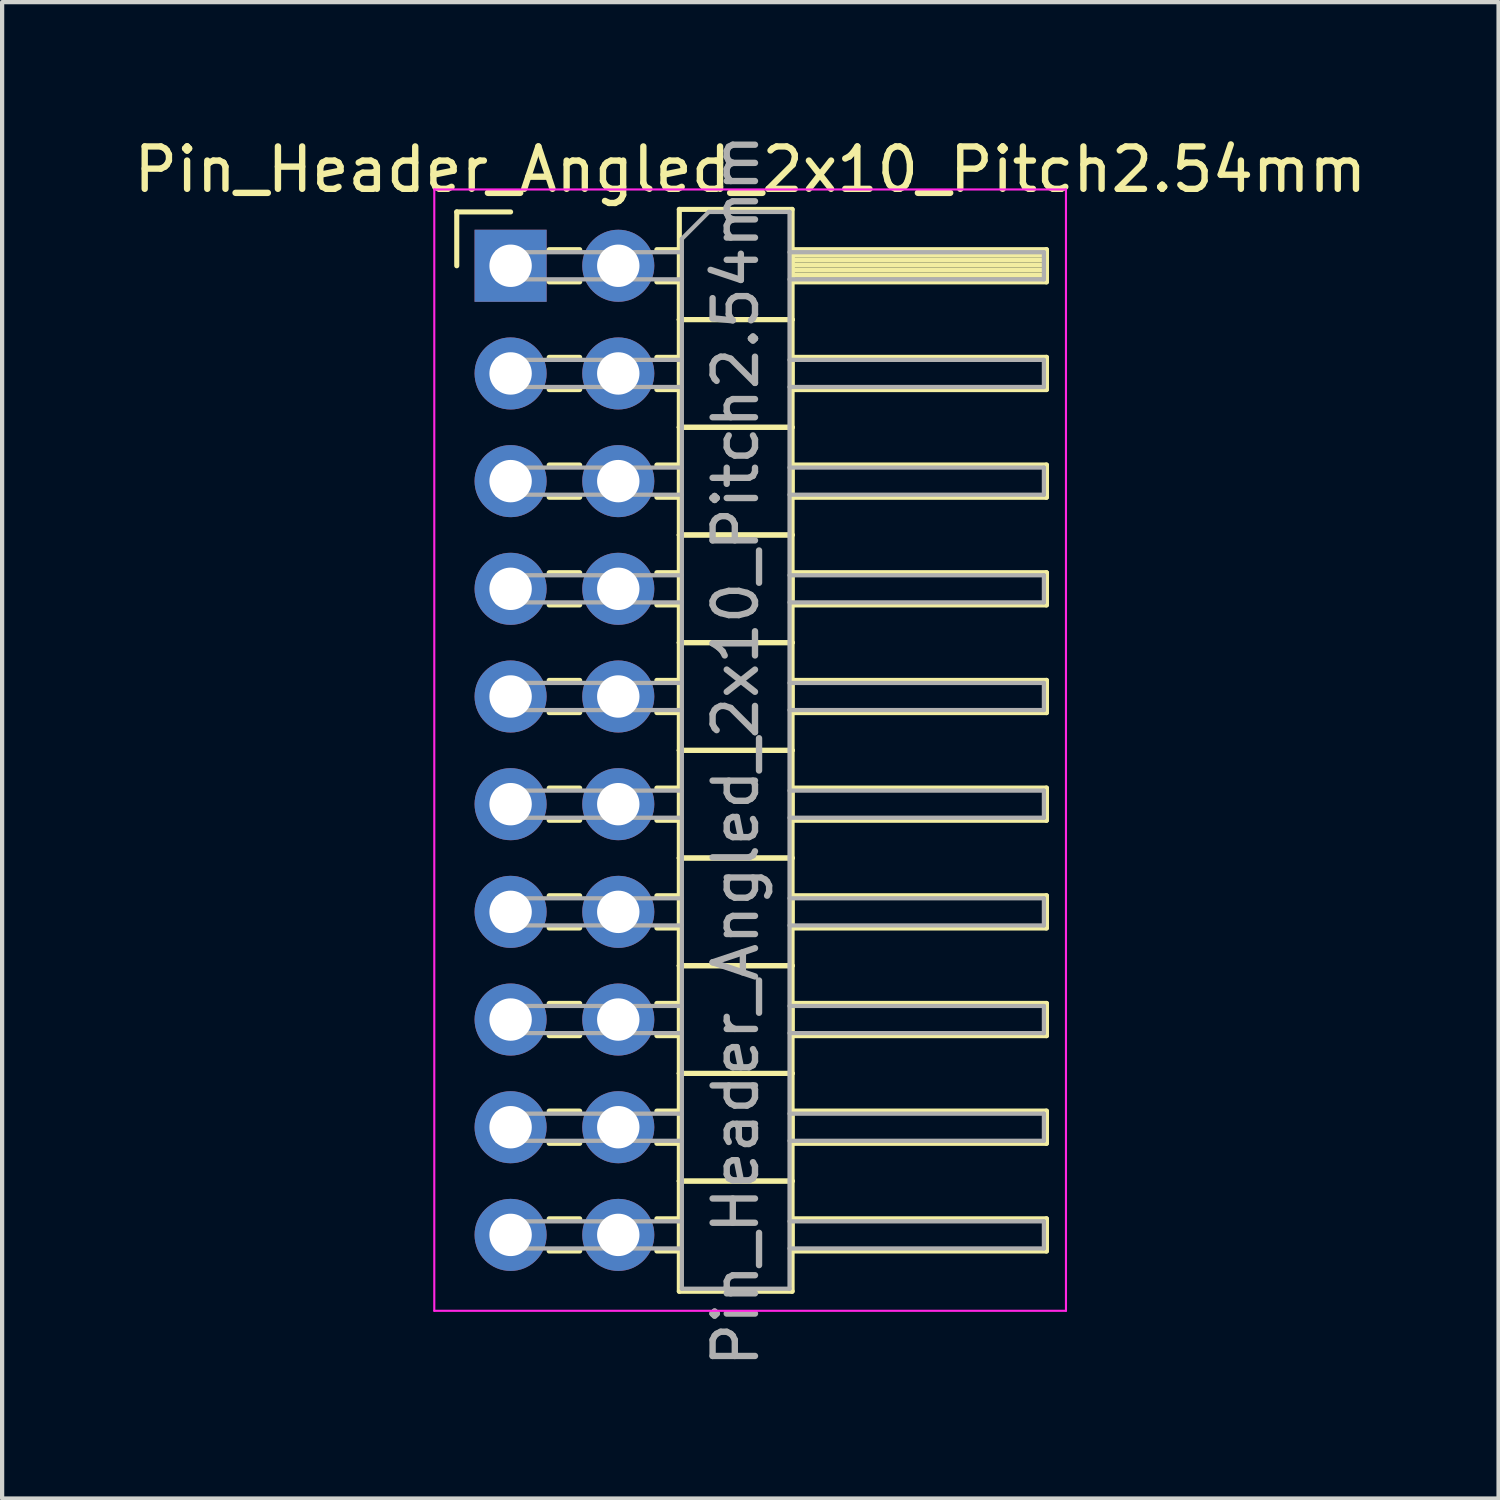
<source format=kicad_pcb>
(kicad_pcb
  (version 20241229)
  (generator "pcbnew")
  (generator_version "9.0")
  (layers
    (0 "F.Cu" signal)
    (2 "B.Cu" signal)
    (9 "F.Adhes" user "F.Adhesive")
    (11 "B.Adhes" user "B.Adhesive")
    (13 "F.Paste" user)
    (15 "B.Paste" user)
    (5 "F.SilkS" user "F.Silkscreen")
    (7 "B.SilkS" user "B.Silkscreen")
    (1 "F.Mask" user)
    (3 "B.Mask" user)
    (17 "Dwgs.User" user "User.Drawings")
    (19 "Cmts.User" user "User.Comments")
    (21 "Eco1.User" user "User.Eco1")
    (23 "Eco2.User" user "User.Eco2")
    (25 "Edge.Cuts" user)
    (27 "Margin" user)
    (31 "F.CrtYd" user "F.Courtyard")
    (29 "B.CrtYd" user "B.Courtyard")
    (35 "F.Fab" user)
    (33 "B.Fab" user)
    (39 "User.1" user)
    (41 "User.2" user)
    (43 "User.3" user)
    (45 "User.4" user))
  (footprint "Pin_Header_Angled_2x10_Pitch2.54mm"
    (layer "F.Cu")
    (at 8.994 3.219)
    (property "Reference" "Pin_Header_Angled_2x10_Pitch2.54mm" (at 5.655 -2.27 0) (layer "F.SilkS") (effects (font (size 1 1) (thickness 0.15))))
    (attr through_hole)
    (fp_line (start -1.27 -1.27) (end 0 -1.27) (stroke (width 0.12) (type solid)) (layer "F.SilkS"))
    (fp_line (start -1.27 0) (end -1.27 -1.27) (stroke (width 0.12) (type solid)) (layer "F.SilkS"))
    (fp_line (start 0.91 -0.38) (end 1.63 -0.38) (stroke (width 0.12) (type solid)) (layer "F.SilkS"))
    (fp_line (start 0.91 0.38) (end 1.63 0.38) (stroke (width 0.12) (type solid)) (layer "F.SilkS"))
    (fp_line (start 0.91 2.16) (end 1.63 2.16) (stroke (width 0.12) (type solid)) (layer "F.SilkS"))
    (fp_line (start 0.91 2.92) (end 1.63 2.92) (stroke (width 0.12) (type solid)) (layer "F.SilkS"))
    (fp_line (start 0.91 4.7) (end 1.63 4.7) (stroke (width 0.12) (type solid)) (layer "F.SilkS"))
    (fp_line (start 0.91 5.46) (end 1.63 5.46) (stroke (width 0.12) (type solid)) (layer "F.SilkS"))
    (fp_line (start 0.91 7.24) (end 1.63 7.24) (stroke (width 0.12) (type solid)) (layer "F.SilkS"))
    (fp_line (start 0.91 8) (end 1.63 8) (stroke (width 0.12) (type solid)) (layer "F.SilkS"))
    (fp_line (start 0.91 9.78) (end 1.63 9.78) (stroke (width 0.12) (type solid)) (layer "F.SilkS"))
    (fp_line (start 0.91 10.54) (end 1.63 10.54) (stroke (width 0.12) (type solid)) (layer "F.SilkS"))
    (fp_line (start 0.91 12.32) (end 1.63 12.32) (stroke (width 0.12) (type solid)) (layer "F.SilkS"))
    (fp_line (start 0.91 13.08) (end 1.63 13.08) (stroke (width 0.12) (type solid)) (layer "F.SilkS"))
    (fp_line (start 0.91 14.86) (end 1.63 14.86) (stroke (width 0.12) (type solid)) (layer "F.SilkS"))
    (fp_line (start 0.91 15.62) (end 1.63 15.62) (stroke (width 0.12) (type solid)) (layer "F.SilkS"))
    (fp_line (start 0.91 17.4) (end 1.63 17.4) (stroke (width 0.12) (type solid)) (layer "F.SilkS"))
    (fp_line (start 0.91 18.16) (end 1.63 18.16) (stroke (width 0.12) (type solid)) (layer "F.SilkS"))
    (fp_line (start 0.91 19.94) (end 1.63 19.94) (stroke (width 0.12) (type solid)) (layer "F.SilkS"))
    (fp_line (start 0.91 20.7) (end 1.63 20.7) (stroke (width 0.12) (type solid)) (layer "F.SilkS"))
    (fp_line (start 0.91 22.48) (end 1.63 22.48) (stroke (width 0.12) (type solid)) (layer "F.SilkS"))
    (fp_line (start 0.91 23.24) (end 1.63 23.24) (stroke (width 0.12) (type solid)) (layer "F.SilkS"))
    (fp_line (start 3.45 -0.38) (end 3.98 -0.38) (stroke (width 0.12) (type solid)) (layer "F.SilkS"))
    (fp_line (start 3.45 0.38) (end 3.98 0.38) (stroke (width 0.12) (type solid)) (layer "F.SilkS"))
    (fp_line (start 3.45 2.16) (end 3.98 2.16) (stroke (width 0.12) (type solid)) (layer "F.SilkS"))
    (fp_line (start 3.45 2.92) (end 3.98 2.92) (stroke (width 0.12) (type solid)) (layer "F.SilkS"))
    (fp_line (start 3.45 4.7) (end 3.98 4.7) (stroke (width 0.12) (type solid)) (layer "F.SilkS"))
    (fp_line (start 3.45 5.46) (end 3.98 5.46) (stroke (width 0.12) (type solid)) (layer "F.SilkS"))
    (fp_line (start 3.45 7.24) (end 3.98 7.24) (stroke (width 0.12) (type solid)) (layer "F.SilkS"))
    (fp_line (start 3.45 8) (end 3.98 8) (stroke (width 0.12) (type solid)) (layer "F.SilkS"))
    (fp_line (start 3.45 9.78) (end 3.98 9.78) (stroke (width 0.12) (type solid)) (layer "F.SilkS"))
    (fp_line (start 3.45 10.54) (end 3.98 10.54) (stroke (width 0.12) (type solid)) (layer "F.SilkS"))
    (fp_line (start 3.45 12.32) (end 3.98 12.32) (stroke (width 0.12) (type solid)) (layer "F.SilkS"))
    (fp_line (start 3.45 13.08) (end 3.98 13.08) (stroke (width 0.12) (type solid)) (layer "F.SilkS"))
    (fp_line (start 3.45 14.86) (end 3.98 14.86) (stroke (width 0.12) (type solid)) (layer "F.SilkS"))
    (fp_line (start 3.45 15.62) (end 3.98 15.62) (stroke (width 0.12) (type solid)) (layer "F.SilkS"))
    (fp_line (start 3.45 17.4) (end 3.98 17.4) (stroke (width 0.12) (type solid)) (layer "F.SilkS"))
    (fp_line (start 3.45 18.16) (end 3.98 18.16) (stroke (width 0.12) (type solid)) (layer "F.SilkS"))
    (fp_line (start 3.45 19.94) (end 3.98 19.94) (stroke (width 0.12) (type solid)) (layer "F.SilkS"))
    (fp_line (start 3.45 20.7) (end 3.98 20.7) (stroke (width 0.12) (type solid)) (layer "F.SilkS"))
    (fp_line (start 3.45 22.48) (end 3.98 22.48) (stroke (width 0.12) (type solid)) (layer "F.SilkS"))
    (fp_line (start 3.45 23.24) (end 3.98 23.24) (stroke (width 0.12) (type solid)) (layer "F.SilkS"))
    (fp_line (start 3.98 -1.33) (end 3.98 1.27) (stroke (width 0.12) (type solid)) (layer "F.SilkS"))
    (fp_line (start 3.98 1.27) (end 3.98 3.81) (stroke (width 0.12) (type solid)) (layer "F.SilkS"))
    (fp_line (start 3.98 1.27) (end 6.64 1.27) (stroke (width 0.12) (type solid)) (layer "F.SilkS"))
    (fp_line (start 3.98 3.81) (end 3.98 6.35) (stroke (width 0.12) (type solid)) (layer "F.SilkS"))
    (fp_line (start 3.98 3.81) (end 6.64 3.81) (stroke (width 0.12) (type solid)) (layer "F.SilkS"))
    (fp_line (start 3.98 6.35) (end 3.98 8.89) (stroke (width 0.12) (type solid)) (layer "F.SilkS"))
    (fp_line (start 3.98 6.35) (end 6.64 6.35) (stroke (width 0.12) (type solid)) (layer "F.SilkS"))
    (fp_line (start 3.98 8.89) (end 3.98 11.43) (stroke (width 0.12) (type solid)) (layer "F.SilkS"))
    (fp_line (start 3.98 8.89) (end 6.64 8.89) (stroke (width 0.12) (type solid)) (layer "F.SilkS"))
    (fp_line (start 3.98 11.43) (end 3.98 13.97) (stroke (width 0.12) (type solid)) (layer "F.SilkS"))
    (fp_line (start 3.98 11.43) (end 6.64 11.43) (stroke (width 0.12) (type solid)) (layer "F.SilkS"))
    (fp_line (start 3.98 13.97) (end 3.98 16.51) (stroke (width 0.12) (type solid)) (layer "F.SilkS"))
    (fp_line (start 3.98 13.97) (end 6.64 13.97) (stroke (width 0.12) (type solid)) (layer "F.SilkS"))
    (fp_line (start 3.98 16.51) (end 3.98 19.05) (stroke (width 0.12) (type solid)) (layer "F.SilkS"))
    (fp_line (start 3.98 16.51) (end 6.64 16.51) (stroke (width 0.12) (type solid)) (layer "F.SilkS"))
    (fp_line (start 3.98 19.05) (end 3.98 21.59) (stroke (width 0.12) (type solid)) (layer "F.SilkS"))
    (fp_line (start 3.98 19.05) (end 6.64 19.05) (stroke (width 0.12) (type solid)) (layer "F.SilkS"))
    (fp_line (start 3.98 21.59) (end 3.98 24.19) (stroke (width 0.12) (type solid)) (layer "F.SilkS"))
    (fp_line (start 3.98 21.59) (end 6.64 21.59) (stroke (width 0.12) (type solid)) (layer "F.SilkS"))
    (fp_line (start 3.98 24.19) (end 6.64 24.19) (stroke (width 0.12) (type solid)) (layer "F.SilkS"))
    (fp_line (start 6.64 -1.33) (end 3.98 -1.33) (stroke (width 0.12) (type solid)) (layer "F.SilkS"))
    (fp_line (start 6.64 -0.38) (end 6.64 0.38) (stroke (width 0.12) (type solid)) (layer "F.SilkS"))
    (fp_line (start 6.64 -0.26) (end 12.64 -0.26) (stroke (width 0.12) (type solid)) (layer "F.SilkS"))
    (fp_line (start 6.64 -0.14) (end 12.64 -0.14) (stroke (width 0.12) (type solid)) (layer "F.SilkS"))
    (fp_line (start 6.64 -0.02) (end 12.64 -0.02) (stroke (width 0.12) (type solid)) (layer "F.SilkS"))
    (fp_line (start 6.64 0.1) (end 12.64 0.1) (stroke (width 0.12) (type solid)) (layer "F.SilkS"))
    (fp_line (start 6.64 0.22) (end 12.64 0.22) (stroke (width 0.12) (type solid)) (layer "F.SilkS"))
    (fp_line (start 6.64 0.34) (end 12.64 0.34) (stroke (width 0.12) (type solid)) (layer "F.SilkS"))
    (fp_line (start 6.64 0.38) (end 12.64 0.38) (stroke (width 0.12) (type solid)) (layer "F.SilkS"))
    (fp_line (start 6.64 1.27) (end 3.98 1.27) (stroke (width 0.12) (type solid)) (layer "F.SilkS"))
    (fp_line (start 6.64 1.27) (end 6.64 -1.33) (stroke (width 0.12) (type solid)) (layer "F.SilkS"))
    (fp_line (start 6.64 2.16) (end 6.64 2.92) (stroke (width 0.12) (type solid)) (layer "F.SilkS"))
    (fp_line (start 6.64 2.92) (end 12.64 2.92) (stroke (width 0.12) (type solid)) (layer "F.SilkS"))
    (fp_line (start 6.64 3.81) (end 3.98 3.81) (stroke (width 0.12) (type solid)) (layer "F.SilkS"))
    (fp_line (start 6.64 3.81) (end 6.64 1.27) (stroke (width 0.12) (type solid)) (layer "F.SilkS"))
    (fp_line (start 6.64 4.7) (end 6.64 5.46) (stroke (width 0.12) (type solid)) (layer "F.SilkS"))
    (fp_line (start 6.64 5.46) (end 12.64 5.46) (stroke (width 0.12) (type solid)) (layer "F.SilkS"))
    (fp_line (start 6.64 6.35) (end 3.98 6.35) (stroke (width 0.12) (type solid)) (layer "F.SilkS"))
    (fp_line (start 6.64 6.35) (end 6.64 3.81) (stroke (width 0.12) (type solid)) (layer "F.SilkS"))
    (fp_line (start 6.64 7.24) (end 6.64 8) (stroke (width 0.12) (type solid)) (layer "F.SilkS"))
    (fp_line (start 6.64 8) (end 12.64 8) (stroke (width 0.12) (type solid)) (layer "F.SilkS"))
    (fp_line (start 6.64 8.89) (end 3.98 8.89) (stroke (width 0.12) (type solid)) (layer "F.SilkS"))
    (fp_line (start 6.64 8.89) (end 6.64 6.35) (stroke (width 0.12) (type solid)) (layer "F.SilkS"))
    (fp_line (start 6.64 9.78) (end 6.64 10.54) (stroke (width 0.12) (type solid)) (layer "F.SilkS"))
    (fp_line (start 6.64 10.54) (end 12.64 10.54) (stroke (width 0.12) (type solid)) (layer "F.SilkS"))
    (fp_line (start 6.64 11.43) (end 3.98 11.43) (stroke (width 0.12) (type solid)) (layer "F.SilkS"))
    (fp_line (start 6.64 11.43) (end 6.64 8.89) (stroke (width 0.12) (type solid)) (layer "F.SilkS"))
    (fp_line (start 6.64 12.32) (end 6.64 13.08) (stroke (width 0.12) (type solid)) (layer "F.SilkS"))
    (fp_line (start 6.64 13.08) (end 12.64 13.08) (stroke (width 0.12) (type solid)) (layer "F.SilkS"))
    (fp_line (start 6.64 13.97) (end 3.98 13.97) (stroke (width 0.12) (type solid)) (layer "F.SilkS"))
    (fp_line (start 6.64 13.97) (end 6.64 11.43) (stroke (width 0.12) (type solid)) (layer "F.SilkS"))
    (fp_line (start 6.64 14.86) (end 6.64 15.62) (stroke (width 0.12) (type solid)) (layer "F.SilkS"))
    (fp_line (start 6.64 15.62) (end 12.64 15.62) (stroke (width 0.12) (type solid)) (layer "F.SilkS"))
    (fp_line (start 6.64 16.51) (end 3.98 16.51) (stroke (width 0.12) (type solid)) (layer "F.SilkS"))
    (fp_line (start 6.64 16.51) (end 6.64 13.97) (stroke (width 0.12) (type solid)) (layer "F.SilkS"))
    (fp_line (start 6.64 17.4) (end 6.64 18.16) (stroke (width 0.12) (type solid)) (layer "F.SilkS"))
    (fp_line (start 6.64 18.16) (end 12.64 18.16) (stroke (width 0.12) (type solid)) (layer "F.SilkS"))
    (fp_line (start 6.64 19.05) (end 3.98 19.05) (stroke (width 0.12) (type solid)) (layer "F.SilkS"))
    (fp_line (start 6.64 19.05) (end 6.64 16.51) (stroke (width 0.12) (type solid)) (layer "F.SilkS"))
    (fp_line (start 6.64 19.94) (end 6.64 20.7) (stroke (width 0.12) (type solid)) (layer "F.SilkS"))
    (fp_line (start 6.64 20.7) (end 12.64 20.7) (stroke (width 0.12) (type solid)) (layer "F.SilkS"))
    (fp_line (start 6.64 21.59) (end 3.98 21.59) (stroke (width 0.12) (type solid)) (layer "F.SilkS"))
    (fp_line (start 6.64 21.59) (end 6.64 19.05) (stroke (width 0.12) (type solid)) (layer "F.SilkS"))
    (fp_line (start 6.64 22.48) (end 6.64 23.24) (stroke (width 0.12) (type solid)) (layer "F.SilkS"))
    (fp_line (start 6.64 23.24) (end 12.64 23.24) (stroke (width 0.12) (type solid)) (layer "F.SilkS"))
    (fp_line (start 6.64 24.19) (end 6.64 21.59) (stroke (width 0.12) (type solid)) (layer "F.SilkS"))
    (fp_line (start 12.64 -0.38) (end 6.64 -0.38) (stroke (width 0.12) (type solid)) (layer "F.SilkS"))
    (fp_line (start 12.64 0.38) (end 12.64 -0.38) (stroke (width 0.12) (type solid)) (layer "F.SilkS"))
    (fp_line (start 12.64 2.16) (end 6.64 2.16) (stroke (width 0.12) (type solid)) (layer "F.SilkS"))
    (fp_line (start 12.64 2.92) (end 12.64 2.16) (stroke (width 0.12) (type solid)) (layer "F.SilkS"))
    (fp_line (start 12.64 4.7) (end 6.64 4.7) (stroke (width 0.12) (type solid)) (layer "F.SilkS"))
    (fp_line (start 12.64 5.46) (end 12.64 4.7) (stroke (width 0.12) (type solid)) (layer "F.SilkS"))
    (fp_line (start 12.64 7.24) (end 6.64 7.24) (stroke (width 0.12) (type solid)) (layer "F.SilkS"))
    (fp_line (start 12.64 8) (end 12.64 7.24) (stroke (width 0.12) (type solid)) (layer "F.SilkS"))
    (fp_line (start 12.64 9.78) (end 6.64 9.78) (stroke (width 0.12) (type solid)) (layer "F.SilkS"))
    (fp_line (start 12.64 10.54) (end 12.64 9.78) (stroke (width 0.12) (type solid)) (layer "F.SilkS"))
    (fp_line (start 12.64 12.32) (end 6.64 12.32) (stroke (width 0.12) (type solid)) (layer "F.SilkS"))
    (fp_line (start 12.64 13.08) (end 12.64 12.32) (stroke (width 0.12) (type solid)) (layer "F.SilkS"))
    (fp_line (start 12.64 14.86) (end 6.64 14.86) (stroke (width 0.12) (type solid)) (layer "F.SilkS"))
    (fp_line (start 12.64 15.62) (end 12.64 14.86) (stroke (width 0.12) (type solid)) (layer "F.SilkS"))
    (fp_line (start 12.64 17.4) (end 6.64 17.4) (stroke (width 0.12) (type solid)) (layer "F.SilkS"))
    (fp_line (start 12.64 18.16) (end 12.64 17.4) (stroke (width 0.12) (type solid)) (layer "F.SilkS"))
    (fp_line (start 12.64 19.94) (end 6.64 19.94) (stroke (width 0.12) (type solid)) (layer "F.SilkS"))
    (fp_line (start 12.64 20.7) (end 12.64 19.94) (stroke (width 0.12) (type solid)) (layer "F.SilkS"))
    (fp_line (start 12.64 22.48) (end 6.64 22.48) (stroke (width 0.12) (type solid)) (layer "F.SilkS"))
    (fp_line (start 12.64 23.24) (end 12.64 22.48) (stroke (width 0.12) (type solid)) (layer "F.SilkS"))
    (fp_line (start -1.8 -1.8) (end -1.8 24.65) (stroke (width 0.05) (type solid)) (layer "F.CrtYd"))
    (fp_line (start -1.8 24.65) (end 13.1 24.65) (stroke (width 0.05) (type solid)) (layer "F.CrtYd"))
    (fp_line (start 13.1 -1.8) (end -1.8 -1.8) (stroke (width 0.05) (type solid)) (layer "F.CrtYd"))
    (fp_line (start 13.1 24.65) (end 13.1 -1.8) (stroke (width 0.05) (type solid)) (layer "F.CrtYd"))
    (fp_line (start -0.32 -0.32) (end -0.32 0.32) (stroke (width 0.1) (type solid)) (layer "F.Fab"))
    (fp_line (start -0.32 -0.32) (end 4.04 -0.32) (stroke (width 0.1) (type solid)) (layer "F.Fab"))
    (fp_line (start -0.32 0.32) (end 4.04 0.32) (stroke (width 0.1) (type solid)) (layer "F.Fab"))
    (fp_line (start -0.32 2.22) (end -0.32 2.86) (stroke (width 0.1) (type solid)) (layer "F.Fab"))
    (fp_line (start -0.32 2.22) (end 4.04 2.22) (stroke (width 0.1) (type solid)) (layer "F.Fab"))
    (fp_line (start -0.32 2.86) (end 4.04 2.86) (stroke (width 0.1) (type solid)) (layer "F.Fab"))
    (fp_line (start -0.32 4.76) (end -0.32 5.4) (stroke (width 0.1) (type solid)) (layer "F.Fab"))
    (fp_line (start -0.32 4.76) (end 4.04 4.76) (stroke (width 0.1) (type solid)) (layer "F.Fab"))
    (fp_line (start -0.32 5.4) (end 4.04 5.4) (stroke (width 0.1) (type solid)) (layer "F.Fab"))
    (fp_line (start -0.32 7.3) (end -0.32 7.94) (stroke (width 0.1) (type solid)) (layer "F.Fab"))
    (fp_line (start -0.32 7.3) (end 4.04 7.3) (stroke (width 0.1) (type solid)) (layer "F.Fab"))
    (fp_line (start -0.32 7.94) (end 4.04 7.94) (stroke (width 0.1) (type solid)) (layer "F.Fab"))
    (fp_line (start -0.32 9.84) (end -0.32 10.48) (stroke (width 0.1) (type solid)) (layer "F.Fab"))
    (fp_line (start -0.32 9.84) (end 4.04 9.84) (stroke (width 0.1) (type solid)) (layer "F.Fab"))
    (fp_line (start -0.32 10.48) (end 4.04 10.48) (stroke (width 0.1) (type solid)) (layer "F.Fab"))
    (fp_line (start -0.32 12.38) (end -0.32 13.02) (stroke (width 0.1) (type solid)) (layer "F.Fab"))
    (fp_line (start -0.32 12.38) (end 4.04 12.38) (stroke (width 0.1) (type solid)) (layer "F.Fab"))
    (fp_line (start -0.32 13.02) (end 4.04 13.02) (stroke (width 0.1) (type solid)) (layer "F.Fab"))
    (fp_line (start -0.32 14.92) (end -0.32 15.56) (stroke (width 0.1) (type solid)) (layer "F.Fab"))
    (fp_line (start -0.32 14.92) (end 4.04 14.92) (stroke (width 0.1) (type solid)) (layer "F.Fab"))
    (fp_line (start -0.32 15.56) (end 4.04 15.56) (stroke (width 0.1) (type solid)) (layer "F.Fab"))
    (fp_line (start -0.32 17.46) (end -0.32 18.1) (stroke (width 0.1) (type solid)) (layer "F.Fab"))
    (fp_line (start -0.32 17.46) (end 4.04 17.46) (stroke (width 0.1) (type solid)) (layer "F.Fab"))
    (fp_line (start -0.32 18.1) (end 4.04 18.1) (stroke (width 0.1) (type solid)) (layer "F.Fab"))
    (fp_line (start -0.32 20) (end -0.32 20.64) (stroke (width 0.1) (type solid)) (layer "F.Fab"))
    (fp_line (start -0.32 20) (end 4.04 20) (stroke (width 0.1) (type solid)) (layer "F.Fab"))
    (fp_line (start -0.32 20.64) (end 4.04 20.64) (stroke (width 0.1) (type solid)) (layer "F.Fab"))
    (fp_line (start -0.32 22.54) (end -0.32 23.18) (stroke (width 0.1) (type solid)) (layer "F.Fab"))
    (fp_line (start -0.32 22.54) (end 4.04 22.54) (stroke (width 0.1) (type solid)) (layer "F.Fab"))
    (fp_line (start -0.32 23.18) (end 4.04 23.18) (stroke (width 0.1) (type solid)) (layer "F.Fab"))
    (fp_line (start 4.04 -0.635) (end 4.675 -1.27) (stroke (width 0.1) (type solid)) (layer "F.Fab"))
    (fp_line (start 4.04 24.13) (end 4.04 -0.635) (stroke (width 0.1) (type solid)) (layer "F.Fab"))
    (fp_line (start 4.675 -1.27) (end 6.58 -1.27) (stroke (width 0.1) (type solid)) (layer "F.Fab"))
    (fp_line (start 6.58 -1.27) (end 6.58 24.13) (stroke (width 0.1) (type solid)) (layer "F.Fab"))
    (fp_line (start 6.58 -0.32) (end 12.58 -0.32) (stroke (width 0.1) (type solid)) (layer "F.Fab"))
    (fp_line (start 6.58 0.32) (end 12.58 0.32) (stroke (width 0.1) (type solid)) (layer "F.Fab"))
    (fp_line (start 6.58 2.22) (end 12.58 2.22) (stroke (width 0.1) (type solid)) (layer "F.Fab"))
    (fp_line (start 6.58 2.86) (end 12.58 2.86) (stroke (width 0.1) (type solid)) (layer "F.Fab"))
    (fp_line (start 6.58 4.76) (end 12.58 4.76) (stroke (width 0.1) (type solid)) (layer "F.Fab"))
    (fp_line (start 6.58 5.4) (end 12.58 5.4) (stroke (width 0.1) (type solid)) (layer "F.Fab"))
    (fp_line (start 6.58 7.3) (end 12.58 7.3) (stroke (width 0.1) (type solid)) (layer "F.Fab"))
    (fp_line (start 6.58 7.94) (end 12.58 7.94) (stroke (width 0.1) (type solid)) (layer "F.Fab"))
    (fp_line (start 6.58 9.84) (end 12.58 9.84) (stroke (width 0.1) (type solid)) (layer "F.Fab"))
    (fp_line (start 6.58 10.48) (end 12.58 10.48) (stroke (width 0.1) (type solid)) (layer "F.Fab"))
    (fp_line (start 6.58 12.38) (end 12.58 12.38) (stroke (width 0.1) (type solid)) (layer "F.Fab"))
    (fp_line (start 6.58 13.02) (end 12.58 13.02) (stroke (width 0.1) (type solid)) (layer "F.Fab"))
    (fp_line (start 6.58 14.92) (end 12.58 14.92) (stroke (width 0.1) (type solid)) (layer "F.Fab"))
    (fp_line (start 6.58 15.56) (end 12.58 15.56) (stroke (width 0.1) (type solid)) (layer "F.Fab"))
    (fp_line (start 6.58 17.46) (end 12.58 17.46) (stroke (width 0.1) (type solid)) (layer "F.Fab"))
    (fp_line (start 6.58 18.1) (end 12.58 18.1) (stroke (width 0.1) (type solid)) (layer "F.Fab"))
    (fp_line (start 6.58 20) (end 12.58 20) (stroke (width 0.1) (type solid)) (layer "F.Fab"))
    (fp_line (start 6.58 20.64) (end 12.58 20.64) (stroke (width 0.1) (type solid)) (layer "F.Fab"))
    (fp_line (start 6.58 22.54) (end 12.58 22.54) (stroke (width 0.1) (type solid)) (layer "F.Fab"))
    (fp_line (start 6.58 23.18) (end 12.58 23.18) (stroke (width 0.1) (type solid)) (layer "F.Fab"))
    (fp_line (start 6.58 24.13) (end 4.04 24.13) (stroke (width 0.1) (type solid)) (layer "F.Fab"))
    (fp_line (start 12.58 -0.32) (end 12.58 0.32) (stroke (width 0.1) (type solid)) (layer "F.Fab"))
    (fp_line (start 12.58 2.22) (end 12.58 2.86) (stroke (width 0.1) (type solid)) (layer "F.Fab"))
    (fp_line (start 12.58 4.76) (end 12.58 5.4) (stroke (width 0.1) (type solid)) (layer "F.Fab"))
    (fp_line (start 12.58 7.3) (end 12.58 7.94) (stroke (width 0.1) (type solid)) (layer "F.Fab"))
    (fp_line (start 12.58 9.84) (end 12.58 10.48) (stroke (width 0.1) (type solid)) (layer "F.Fab"))
    (fp_line (start 12.58 12.38) (end 12.58 13.02) (stroke (width 0.1) (type solid)) (layer "F.Fab"))
    (fp_line (start 12.58 14.92) (end 12.58 15.56) (stroke (width 0.1) (type solid)) (layer "F.Fab"))
    (fp_line (start 12.58 17.46) (end 12.58 18.1) (stroke (width 0.1) (type solid)) (layer "F.Fab"))
    (fp_line (start 12.58 20) (end 12.58 20.64) (stroke (width 0.1) (type solid)) (layer "F.Fab"))
    (fp_line (start 12.58 22.54) (end 12.58 23.18) (stroke (width 0.1) (type solid)) (layer "F.Fab"))
    (fp_text user "${REFERENCE}" (at 5.31 11.43 90) (layer "F.Fab") (effects (font (size 1 1) (thickness 0.15))))
    (pad "1" thru_hole rect (at 0 0) (size 1.7 1.7) (drill 1) (layers "*.Cu" "*.Mask"))
    (pad "2" thru_hole oval (at 2.54 0) (size 1.7 1.7) (drill 1) (layers "*.Cu" "*.Mask"))
    (pad "3" thru_hole oval (at 0 2.54) (size 1.7 1.7) (drill 1) (layers "*.Cu" "*.Mask"))
    (pad "4" thru_hole oval (at 2.54 2.54) (size 1.7 1.7) (drill 1) (layers "*.Cu" "*.Mask"))
    (pad "5" thru_hole oval (at 0 5.08) (size 1.7 1.7) (drill 1) (layers "*.Cu" "*.Mask"))
    (pad "6" thru_hole oval (at 2.54 5.08) (size 1.7 1.7) (drill 1) (layers "*.Cu" "*.Mask"))
    (pad "7" thru_hole oval (at 0 7.62) (size 1.7 1.7) (drill 1) (layers "*.Cu" "*.Mask"))
    (pad "8" thru_hole oval (at 2.54 7.62) (size 1.7 1.7) (drill 1) (layers "*.Cu" "*.Mask"))
    (pad "9" thru_hole oval (at 0 10.16) (size 1.7 1.7) (drill 1) (layers "*.Cu" "*.Mask"))
    (pad "10" thru_hole oval (at 2.54 10.16) (size 1.7 1.7) (drill 1) (layers "*.Cu" "*.Mask"))
    (pad "11" thru_hole oval (at 0 12.7) (size 1.7 1.7) (drill 1) (layers "*.Cu" "*.Mask"))
    (pad "12" thru_hole oval (at 2.54 12.7) (size 1.7 1.7) (drill 1) (layers "*.Cu" "*.Mask"))
    (pad "13" thru_hole oval (at 0 15.24) (size 1.7 1.7) (drill 1) (layers "*.Cu" "*.Mask"))
    (pad "14" thru_hole oval (at 2.54 15.24) (size 1.7 1.7) (drill 1) (layers "*.Cu" "*.Mask"))
    (pad "15" thru_hole oval (at 0 17.78) (size 1.7 1.7) (drill 1) (layers "*.Cu" "*.Mask"))
    (pad "16" thru_hole oval (at 2.54 17.78) (size 1.7 1.7) (drill 1) (layers "*.Cu" "*.Mask"))
    (pad "17" thru_hole oval (at 0 20.32) (size 1.7 1.7) (drill 1) (layers "*.Cu" "*.Mask"))
    (pad "18" thru_hole oval (at 2.54 20.32) (size 1.7 1.7) (drill 1) (layers "*.Cu" "*.Mask"))
    (pad "19" thru_hole oval (at 0 22.86) (size 1.7 1.7) (drill 1) (layers "*.Cu" "*.Mask"))
    (pad "20" thru_hole oval (at 2.54 22.86) (size 1.7 1.7) (drill 1) (layers "*.Cu" "*.Mask")))
  (gr_rect
    (start -3 -3)
    (end 32.298 32.298)
    (stroke (width 0.1) (type default))
    (fill no)
    (layer "Edge.Cuts")))
</source>
